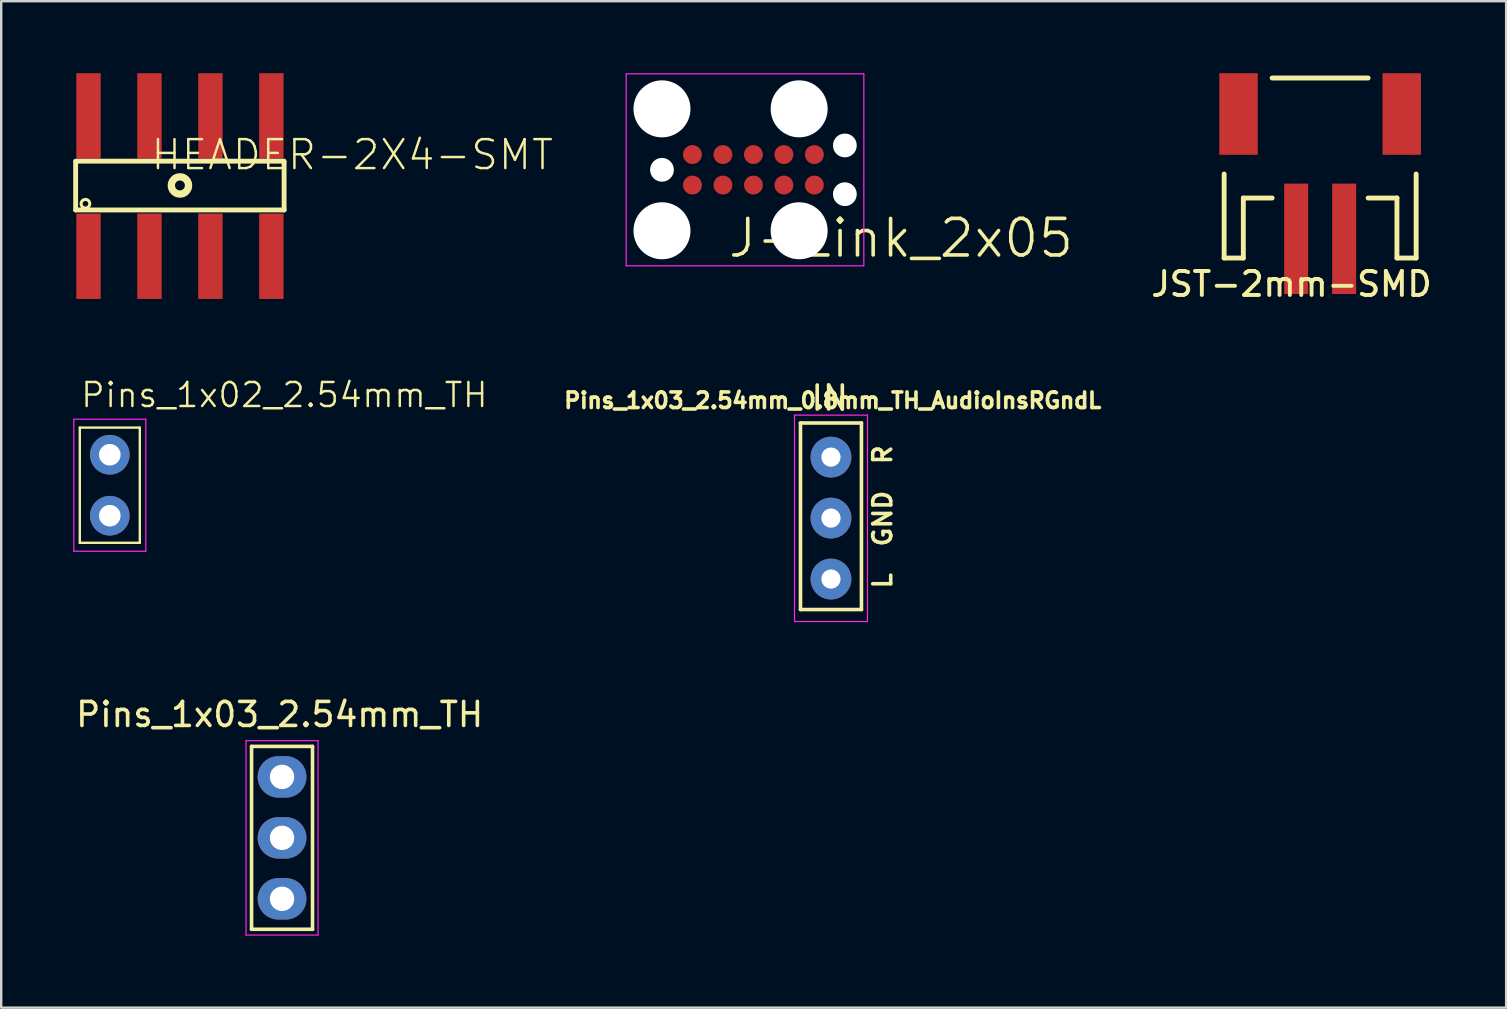
<source format=kicad_pcb>
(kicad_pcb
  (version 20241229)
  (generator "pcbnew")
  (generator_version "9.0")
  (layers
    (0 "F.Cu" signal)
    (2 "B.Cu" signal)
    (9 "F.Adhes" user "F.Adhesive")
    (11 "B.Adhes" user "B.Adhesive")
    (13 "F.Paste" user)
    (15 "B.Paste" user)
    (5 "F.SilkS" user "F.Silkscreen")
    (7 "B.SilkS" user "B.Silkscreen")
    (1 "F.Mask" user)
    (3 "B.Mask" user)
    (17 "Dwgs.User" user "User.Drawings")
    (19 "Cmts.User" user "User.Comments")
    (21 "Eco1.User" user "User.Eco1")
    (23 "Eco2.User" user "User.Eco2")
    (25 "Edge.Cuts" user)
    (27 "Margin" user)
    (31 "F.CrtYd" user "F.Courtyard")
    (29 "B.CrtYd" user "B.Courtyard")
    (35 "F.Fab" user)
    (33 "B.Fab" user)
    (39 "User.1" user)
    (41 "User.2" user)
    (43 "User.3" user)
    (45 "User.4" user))
  (footprint "HEADER-2X4-SMT"
    (layer "F.Cu")
    (at 4.447 4.677)
    (property "Reference" "HEADER-2X4-SMT" (at -1.27 -0.572 180) (layer "F.SilkS") (effects (font (size 1.206 1.206) (thickness 0.102)) (justify left bottom)))
    (attr smd)
    (fp_line (start -4.345 1.02) (end -4.345 -0.97) (stroke (width 0.203) (type solid)) (layer "F.SilkS"))
    (fp_line (start 4.34 -1.012) (end -4.345 -1.012) (stroke (width 0.203) (type solid)) (layer "F.SilkS"))
    (fp_line (start 4.34 -0.97) (end 4.34 1.02) (stroke (width 0.203) (type solid)) (layer "F.SilkS"))
    (fp_line (start 4.34 1.02) (end -4.345 1.02) (stroke (width 0.203) (type solid)) (layer "F.SilkS"))
    (fp_circle (center -3.937 0.762) (end -3.757 0.762) (stroke (width 0.127) (type solid)) (fill no) (layer "F.SilkS"))
    (fp_circle (center 0 0) (end 0.359 0) (stroke (width 0.305) (type solid)) (fill no) (layer "F.SilkS"))
    (pad "1" smd rect (at -3.81 2.95 180) (size 1.016 3.556) (layers "F.Cu" "F.Mask" "F.Paste"))
    (pad "2" smd rect (at -3.81 -2.899) (size 1.016 3.556) (layers "F.Cu" "F.Mask" "F.Paste"))
    (pad "3" smd rect (at -1.27 2.95 180) (size 1.016 3.556) (layers "F.Cu" "F.Mask" "F.Paste"))
    (pad "4" smd rect (at -1.27 -2.899) (size 1.016 3.556) (layers "F.Cu" "F.Mask" "F.Paste"))
    (pad "5" smd rect (at 1.27 2.95 180) (size 1.016 3.556) (layers "F.Cu" "F.Mask" "F.Paste"))
    (pad "6" smd rect (at 1.27 -2.899) (size 1.016 3.556) (layers "F.Cu" "F.Mask" "F.Paste"))
    (pad "7" smd rect (at 3.81 2.95 180) (size 1.016 3.556) (layers "F.Cu" "F.Mask" "F.Paste"))
    (pad "8" smd rect (at 3.81 -2.899) (size 1.016 3.556) (layers "F.Cu" "F.Mask" "F.Paste")))
  (footprint "Pins_1x03_2.54mm_TH"
    (layer "F.Cu")
    (at 8.701 31.859)
    (property "Reference" "Pins_1x03_2.54mm_TH" (at -0.1 -5.14 0) (layer "F.SilkS") (effects (font (size 1 1) (thickness 0.15))))
    (attr through_hole)
    (fp_line (start -1.27 -3.81) (end -1.27 3.81) (stroke (width 0.15) (type solid)) (layer "F.SilkS"))
    (fp_line (start -1.27 3.81) (end 1.27 3.81) (stroke (width 0.15) (type solid)) (layer "F.SilkS"))
    (fp_line (start 1.27 -3.81) (end -1.27 -3.81) (stroke (width 0.15) (type solid)) (layer "F.SilkS"))
    (fp_line (start 1.27 3.81) (end 1.27 -3.81) (stroke (width 0.15) (type solid)) (layer "F.SilkS"))
    (fp_line (start -1.5 -4.05) (end -1.5 4.05) (stroke (width 0.05) (type solid)) (layer "F.CrtYd"))
    (fp_line (start -1.5 -4.05) (end 1.5 -4.05) (stroke (width 0.05) (type solid)) (layer "F.CrtYd"))
    (fp_line (start -1.5 4.05) (end 1.5 4.05) (stroke (width 0.05) (type solid)) (layer "F.CrtYd"))
    (fp_line (start 1.5 -4.05) (end 1.5 4.05) (stroke (width 0.05) (type solid)) (layer "F.CrtYd"))
    (pad "1" thru_hole oval (at 0 -2.54) (size 2.032 1.727) (drill 1.016) (layers "*.Cu" "*.Mask"))
    (pad "2" thru_hole oval (at 0 0) (size 2.032 1.727) (drill 1.016) (layers "*.Cu" "*.Mask"))
    (pad "3" thru_hole oval (at 0 2.54) (size 2.032 1.727) (drill 1.016) (layers "*.Cu" "*.Mask")))
  (footprint "JST-2mm-SMD"
    (layer "F.Cu")
    (at 51.953 3.2)
    (property "Reference" "JST-2mm-SMD" (at 4.75 5 0) (unlocked yes) (layer "F.SilkS") (effects (font (size 1 1) (thickness 0.163) (bold yes)) (justify right top)))
    (fp_line (start -4 1) (end -4 4.5) (stroke (width 0.203) (type solid)) (layer "F.SilkS"))
    (fp_line (start -4 4.5) (end -3.2 4.5) (stroke (width 0.203) (type solid)) (layer "F.SilkS"))
    (fp_line (start -3.2 2) (end -2 2) (stroke (width 0.203) (type solid)) (layer "F.SilkS"))
    (fp_line (start -3.2 4.5) (end -3.2 2) (stroke (width 0.203) (type solid)) (layer "F.SilkS"))
    (fp_line (start 2 -3) (end -2 -3) (stroke (width 0.203) (type solid)) (layer "F.SilkS"))
    (fp_line (start 2 2) (end 3.2 2) (stroke (width 0.203) (type solid)) (layer "F.SilkS"))
    (fp_line (start 3.2 2) (end 3.2 4.5) (stroke (width 0.203) (type solid)) (layer "F.SilkS"))
    (fp_line (start 3.2 4.5) (end 4 4.5) (stroke (width 0.203) (type solid)) (layer "F.SilkS"))
    (fp_line (start 4 4.5) (end 4 1) (stroke (width 0.203) (type solid)) (layer "F.SilkS"))
    (pad "1" smd rect (at -1 3.7) (size 1 4.6) (layers "F.Cu" "F.Mask" "F.Paste"))
    (pad "2" smd rect (at 1 3.7) (size 1 4.6) (layers "F.Cu" "F.Mask" "F.Paste"))
    (pad "NC1" smd rect (at -3.4 -1.5 90) (size 3.4 1.6) (layers "F.Cu" "F.Mask" "F.Paste"))
    (pad "NC2" smd rect (at 3.4 -1.5 90) (size 3.4 1.6) (layers "F.Cu" "F.Mask" "F.Paste")))
  (footprint "Pins_1x03_2.54mm_0.8mm_TH_AudioInsRGndL"
    (layer "F.Cu")
    (at 31.572 18.536)
    (property "Reference" "Pins_1x03_2.54mm_0.8mm_TH_AudioInsRGndL" (at 0.074 -4.9 0) (layer "F.SilkS") (effects (font (size 0.65 0.65) (thickness 0.15))))
    (attr through_hole)
    (fp_line (start -1.27 -3.962) (end -1.27 3.81) (stroke (width 0.15) (type solid)) (layer "F.SilkS"))
    (fp_line (start -1.27 3.81) (end 1.27 3.81) (stroke (width 0.15) (type solid)) (layer "F.SilkS"))
    (fp_line (start 1.27 -3.962) (end -1.27 -3.962) (stroke (width 0.15) (type solid)) (layer "F.SilkS"))
    (fp_line (start 1.27 3.81) (end 1.27 -3.962) (stroke (width 0.15) (type solid)) (layer "F.SilkS"))
    (fp_line (start -1.52 -4.29) (end -1.52 4.31) (stroke (width 0.05) (type solid)) (layer "F.CrtYd"))
    (fp_line (start -1.52 -4.29) (end 1.52 -4.29) (stroke (width 0.05) (type solid)) (layer "F.CrtYd"))
    (fp_line (start -1.52 4.31) (end 1.52 4.31) (stroke (width 0.05) (type solid)) (layer "F.CrtYd"))
    (fp_line (start 1.52 -4.29) (end 1.52 4.31) (stroke (width 0.05) (type solid)) (layer "F.CrtYd"))
    (fp_text user "IN" (at -0.05 -5 180) (layer "F.SilkS") (effects (font (size 1 1) (thickness 0.15))))
    (fp_text user "L  GND  R" (at 2.15 -0.05 90) (layer "F.SilkS") (effects (font (size 0.75 0.75) (thickness 0.15))))
    (pad "1" thru_hole circle (at 0 -2.54) (size 1.7 1.7) (drill 0.8) (layers "*.Cu" "*.Mask"))
    (pad "2" thru_hole circle (at 0 0) (size 1.7 1.7) (drill 0.8) (layers "*.Cu" "*.Mask"))
    (pad "3" thru_hole circle (at 0 2.54) (size 1.7 1.7) (drill 0.8) (layers "*.Cu" "*.Mask")))
  (footprint "Pins_1x02_2.54mm_TH"
    (layer "F.Cu")
    (at 1.525 17.167)
    (property "Reference" "Pins_1x02_2.54mm_TH" (at -1.27 -3.175 0) (layer "F.SilkS") (effects (font (size 1 1) (thickness 0.102)) (justify left bottom)))
    (attr through_hole)
    (fp_line (start -1.25 -2.4) (end 1.25 -2.4) (stroke (width 0.1) (type solid)) (layer "F.SilkS"))
    (fp_line (start -1.25 2.4) (end -1.25 -2.4) (stroke (width 0.1) (type solid)) (layer "F.SilkS"))
    (fp_line (start 1.25 -2.4) (end 1.25 2.4) (stroke (width 0.1) (type solid)) (layer "F.SilkS"))
    (fp_line (start 1.25 2.4) (end -1.25 2.4) (stroke (width 0.1) (type solid)) (layer "F.SilkS"))
    (fp_line (start -1.5 -2.75) (end 1.5 -2.75) (stroke (width 0.05) (type solid)) (layer "F.CrtYd"))
    (fp_line (start -1.5 2.75) (end -1.5 -2.75) (stroke (width 0.05) (type solid)) (layer "F.CrtYd"))
    (fp_line (start -1.5 2.75) (end 1.5 2.75) (stroke (width 0.05) (type solid)) (layer "F.CrtYd"))
    (fp_line (start 1.5 2.75) (end 1.5 -2.75) (stroke (width 0.05) (type solid)) (layer "F.CrtYd"))
    (pad "1" thru_hole circle (at 0 -1.27) (size 1.651 1.651) (drill 0.9) (layers "*.Cu" "*.Mask"))
    (pad "2" thru_hole circle (at 0 1.27) (size 1.651 1.651) (drill 0.9) (layers "*.Cu" "*.Mask")))
  (footprint "J-Link_2x05"
    (layer "F.Cu")
    (at 28.341 4.025)
    (property "Reference" "J-Link_2x05" (at 6.15 2.85 0) (layer "F.SilkS") (effects (font (size 1.524 1.524) (thickness 0.15))))
    (attr through_hole)
    (fp_line (start -5.3 -4) (end 4.6 -4) (stroke (width 0.05) (type solid)) (layer "F.CrtYd"))
    (fp_line (start -5.3 4) (end -5.3 -4) (stroke (width 0.05) (type solid)) (layer "F.CrtYd"))
    (fp_line (start 4.6 -4) (end 4.6 4) (stroke (width 0.05) (type solid)) (layer "F.CrtYd"))
    (fp_line (start 4.6 4) (end -5.3 4) (stroke (width 0.05) (type solid)) (layer "F.CrtYd"))
    (pad "" np_thru_hole circle (at -3.81 -2.54) (size 2.375 2.375) (drill 2.375) (layers "*.Cu"))
    (pad "" np_thru_hole circle (at -3.81 0) (size 0.991 0.991) (drill 0.991) (layers "*.Cu"))
    (pad "" np_thru_hole circle (at -3.81 2.54) (size 2.375 2.375) (drill 2.375) (layers "*.Cu"))
    (pad "" np_thru_hole circle (at 1.905 -2.54) (size 2.375 2.375) (drill 2.375) (layers "*.Cu"))
    (pad "" np_thru_hole circle (at 1.905 2.54) (size 2.375 2.375) (drill 2.375) (layers "*.Cu"))
    (pad "" np_thru_hole circle (at 3.81 -1.015) (size 0.991 0.991) (drill 0.991) (layers "*.Cu"))
    (pad "" np_thru_hole circle (at 3.81 1.015) (size 0.991 0.991) (drill 0.991) (layers "*.Cu"))
    (pad "1" smd circle (at -2.54 0.635) (size 0.787 0.787) (layers "F.Cu" "F.Mask" "F.Paste"))
    (pad "2" smd circle (at -1.27 0.635) (size 0.787 0.787) (layers "F.Cu" "F.Mask" "F.Paste"))
    (pad "3" smd circle (at 0 0.635) (size 0.787 0.787) (layers "F.Cu" "F.Mask" "F.Paste"))
    (pad "4" smd circle (at 1.27 0.635) (size 0.787 0.787) (layers "F.Cu" "F.Mask" "F.Paste"))
    (pad "5" smd circle (at 2.54 0.635) (size 0.787 0.787) (layers "F.Cu" "F.Mask" "F.Paste"))
    (pad "6" smd circle (at 2.54 -0.635) (size 0.787 0.787) (layers "F.Cu" "F.Mask" "F.Paste"))
    (pad "7" smd circle (at 1.27 -0.635) (size 0.787 0.787) (layers "F.Cu" "F.Mask" "F.Paste"))
    (pad "8" smd circle (at 0 -0.635) (size 0.787 0.787) (layers "F.Cu" "F.Mask" "F.Paste"))
    (pad "9" smd circle (at -1.27 -0.635) (size 0.787 0.787) (layers "F.Cu" "F.Mask" "F.Paste"))
    (pad "10" smd circle (at -2.54 -0.635) (size 0.787 0.787) (layers "F.Cu" "F.Mask" "F.Paste")))
  (gr_rect
    (start -3 -3)
    (end 59.703 38.934)
    (stroke (width 0.1) (type default))
    (fill no)
    (layer "Edge.Cuts")))
</source>
